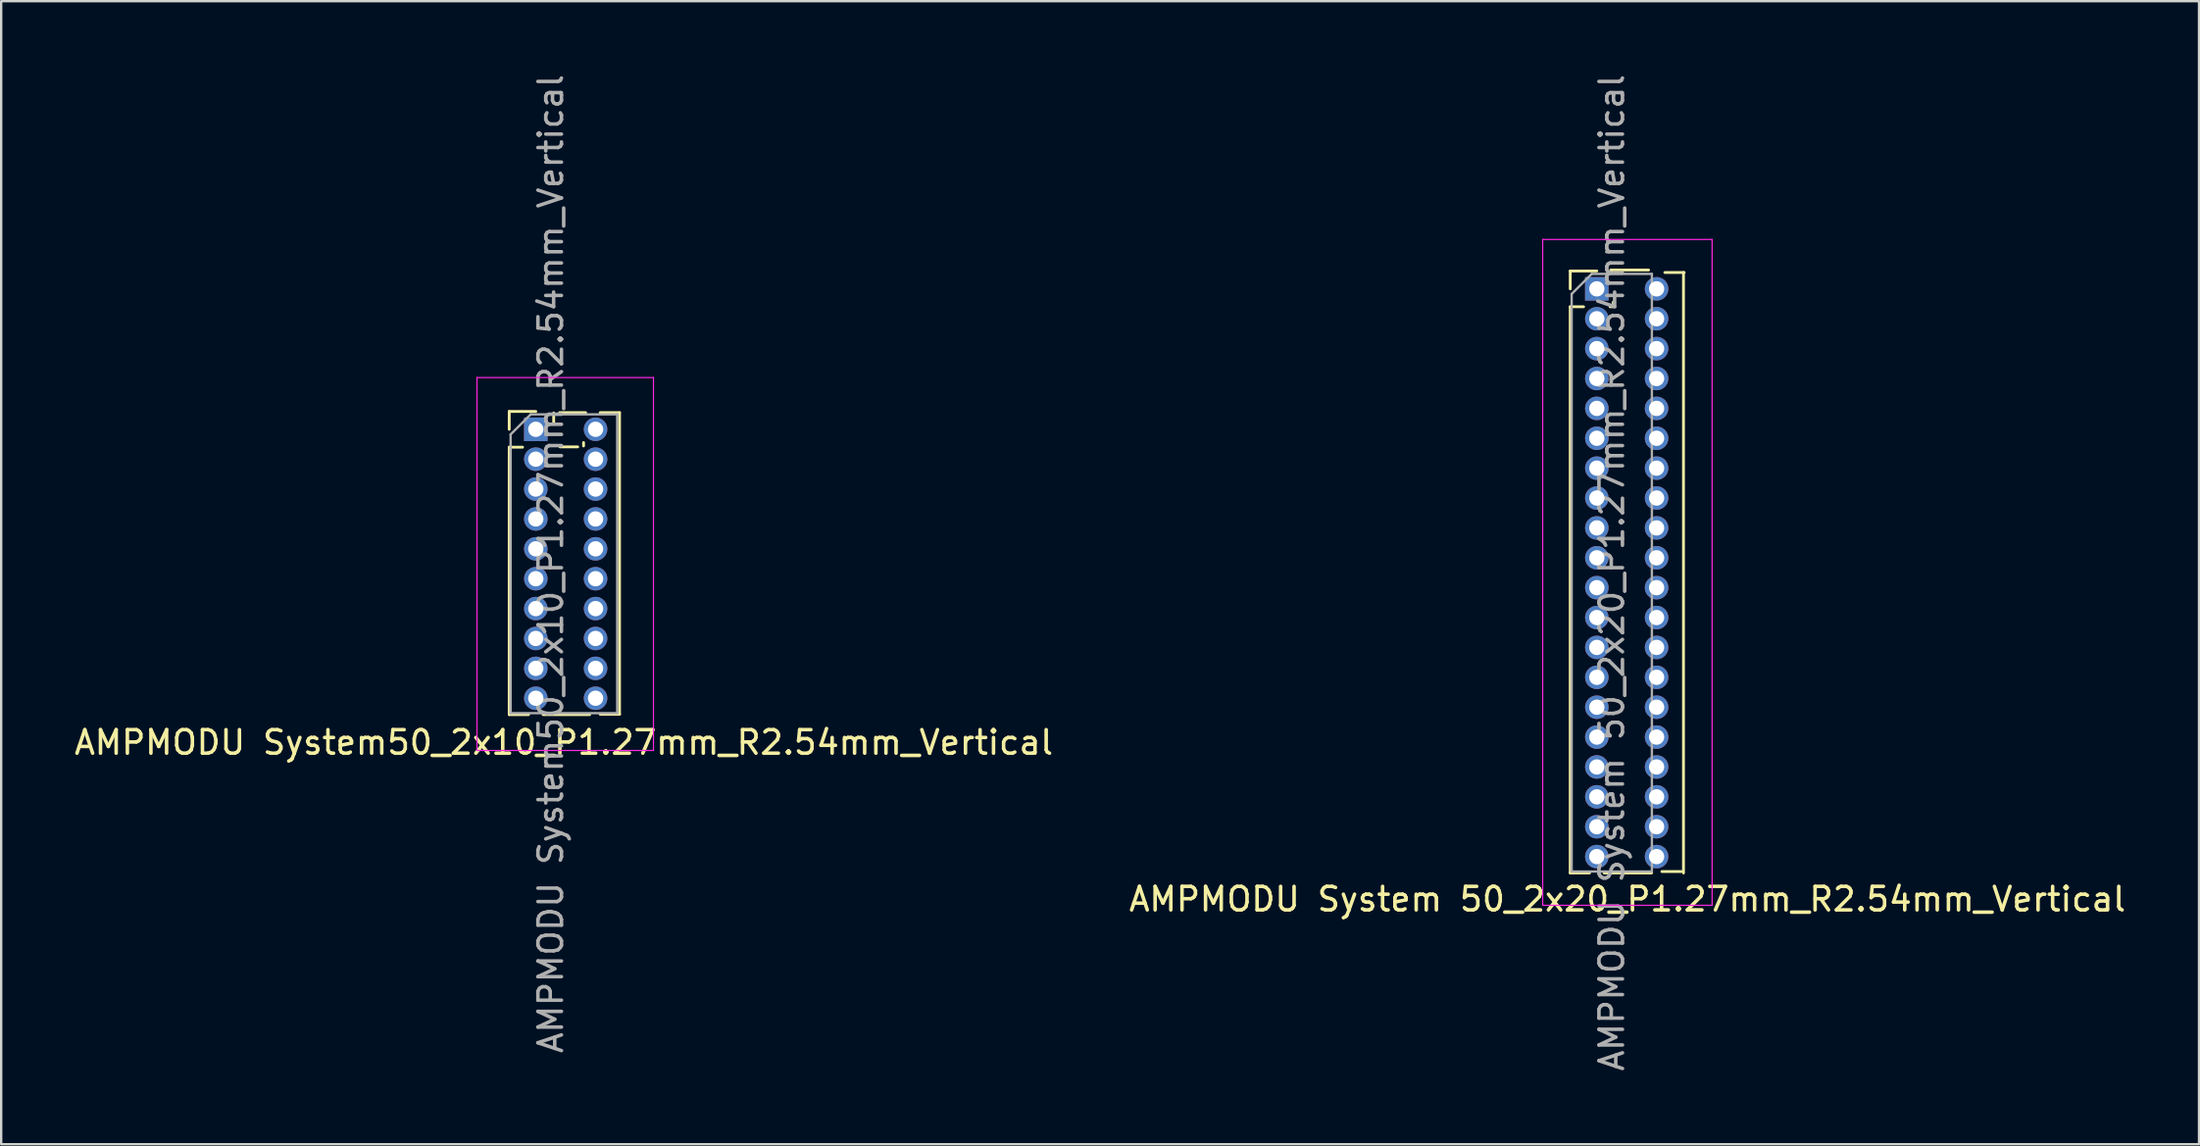
<source format=kicad_pcb>
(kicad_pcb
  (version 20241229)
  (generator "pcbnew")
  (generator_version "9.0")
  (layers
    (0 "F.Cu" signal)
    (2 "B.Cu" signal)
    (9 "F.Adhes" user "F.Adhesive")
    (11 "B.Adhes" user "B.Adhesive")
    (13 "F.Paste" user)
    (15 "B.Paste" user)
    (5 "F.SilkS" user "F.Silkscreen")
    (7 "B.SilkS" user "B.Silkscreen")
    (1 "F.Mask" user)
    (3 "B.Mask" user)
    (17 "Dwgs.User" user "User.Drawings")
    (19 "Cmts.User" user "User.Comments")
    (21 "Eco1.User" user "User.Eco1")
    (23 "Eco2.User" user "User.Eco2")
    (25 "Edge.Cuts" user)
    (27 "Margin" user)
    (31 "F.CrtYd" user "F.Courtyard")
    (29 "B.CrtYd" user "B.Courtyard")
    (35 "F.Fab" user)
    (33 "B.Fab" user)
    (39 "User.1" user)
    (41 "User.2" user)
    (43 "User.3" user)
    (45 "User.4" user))
  (footprint "AMPMODU System50_2x10_P1.27mm_R2.54mm_Vertical"
    (layer "F.Cu")
    (at 19.721 15.196)
    (property "Reference" "AMPMODU System50_2x10_P1.27mm_R2.54mm_Vertical" (at 1.19 13.31 180) (layer "F.SilkS") (effects (font (size 1 1) (thickness 0.15))))
    (attr through_hole exclude_from_bom dnp)
    (fp_line (start -1.13 -0.76) (end 0 -0.76) (stroke (width 0.12) (type solid)) (layer "F.SilkS"))
    (fp_line (start -1.13 0) (end -1.13 -0.76) (stroke (width 0.12) (type solid)) (layer "F.SilkS"))
    (fp_line (start -1.13 0.76) (end -1.13 12.125) (stroke (width 0.12) (type solid)) (layer "F.SilkS"))
    (fp_line (start -1.13 0.76) (end -0.563 0.76) (stroke (width 0.12) (type solid)) (layer "F.SilkS"))
    (fp_line (start -1.13 12.125) (end -0.308 12.125) (stroke (width 0.12) (type solid)) (layer "F.SilkS"))
    (fp_line (start 0.308 12.125) (end 2.29 12.125) (stroke (width 0.12) (type solid)) (layer "F.SilkS"))
    (fp_line (start 0.76 -0.28) (end 0.76 -0.695) (stroke (width 0.12) (type solid)) (layer "F.SilkS"))
    (fp_line (start 1.01 -0.708) (end 2.12 -0.708) (stroke (width 0.12) (type solid)) (layer "F.SilkS"))
    (fp_line (start 1.03 0.747) (end 1.78 0.747) (stroke (width 0.12) (type solid)) (layer "F.SilkS"))
    (fp_line (start 2.03 0.707) (end 2.03 0.563) (stroke (width 0.12) (type solid)) (layer "F.SilkS"))
    (fp_line (start 2.735 -0.708) (end 3.558 -0.708) (stroke (width 0.12) (type solid)) (layer "F.SilkS"))
    (fp_line (start 2.735 12.112) (end 3.558 12.112) (stroke (width 0.12) (type solid)) (layer "F.SilkS"))
    (fp_line (start 3.558 -0.708) (end 3.558 12.112) (stroke (width 0.12) (type solid)) (layer "F.SilkS"))
    (fp_line (start -2.5 -2.2) (end -2.5 13.65) (stroke (width 0.05) (type solid)) (layer "F.CrtYd"))
    (fp_line (start -2.5 13.65) (end 5 13.65) (stroke (width 0.05) (type solid)) (layer "F.CrtYd"))
    (fp_line (start 5 -2.2) (end -2.5 -2.2) (stroke (width 0.05) (type solid)) (layer "F.CrtYd"))
    (fp_line (start 5 13.65) (end 5 -2.2) (stroke (width 0.05) (type solid)) (layer "F.CrtYd"))
    (fp_line (start -1.07 0.217) (end -0.217 -0.635) (stroke (width 0.1) (type solid)) (layer "F.Fab"))
    (fp_line (start -1.07 12.065) (end -1.07 0.217) (stroke (width 0.1) (type solid)) (layer "F.Fab"))
    (fp_line (start -0.217 -0.635) (end 3.45 -0.635) (stroke (width 0.1) (type solid)) (layer "F.Fab"))
    (fp_line (start 3.46 -0.635) (end 3.46 12.065) (stroke (width 0.1) (type solid)) (layer "F.Fab"))
    (fp_line (start 3.46 12.065) (end -1.07 12.065) (stroke (width 0.1) (type solid)) (layer "F.Fab"))
    (fp_text user "${REFERENCE}" (at 0.635 5.715 90) (layer "F.Fab") (effects (font (size 1 1) (thickness 0.15))))
    (pad "1" thru_hole rect (at 0 0) (size 1 1) (drill 0.65) (layers "*.Cu" "*.Mask"))
    (pad "2" thru_hole oval (at 2.54 0) (size 1 1) (drill 0.65) (layers "*.Cu" "*.Mask"))
    (pad "3" thru_hole oval (at 0 1.27) (size 1 1) (drill 0.65) (layers "*.Cu" "*.Mask"))
    (pad "4" thru_hole oval (at 2.54 1.27) (size 1 1) (drill 0.65) (layers "*.Cu" "*.Mask"))
    (pad "5" thru_hole oval (at 0 2.54) (size 1 1) (drill 0.65) (layers "*.Cu" "*.Mask"))
    (pad "6" thru_hole oval (at 2.54 2.54) (size 1 1) (drill 0.65) (layers "*.Cu" "*.Mask"))
    (pad "7" thru_hole oval (at 0 3.81) (size 1 1) (drill 0.65) (layers "*.Cu" "*.Mask"))
    (pad "8" thru_hole oval (at 2.54 3.81) (size 1 1) (drill 0.65) (layers "*.Cu" "*.Mask"))
    (pad "9" thru_hole oval (at 0 5.08) (size 1 1) (drill 0.65) (layers "*.Cu" "*.Mask"))
    (pad "10" thru_hole oval (at 2.54 5.08) (size 1 1) (drill 0.65) (layers "*.Cu" "*.Mask"))
    (pad "11" thru_hole oval (at 0 6.35) (size 1 1) (drill 0.65) (layers "*.Cu" "*.Mask"))
    (pad "12" thru_hole oval (at 2.54 6.35) (size 1 1) (drill 0.65) (layers "*.Cu" "*.Mask"))
    (pad "13" thru_hole oval (at 0 7.62) (size 1 1) (drill 0.65) (layers "*.Cu" "*.Mask"))
    (pad "14" thru_hole oval (at 2.54 7.62) (size 1 1) (drill 0.65) (layers "*.Cu" "*.Mask"))
    (pad "15" thru_hole oval (at 0 8.89) (size 1 1) (drill 0.65) (layers "*.Cu" "*.Mask"))
    (pad "16" thru_hole oval (at 2.54 8.89) (size 1 1) (drill 0.65) (layers "*.Cu" "*.Mask"))
    (pad "17" thru_hole oval (at 0 10.16) (size 1 1) (drill 0.65) (layers "*.Cu" "*.Mask"))
    (pad "18" thru_hole oval (at 2.54 10.16) (size 1 1) (drill 0.65) (layers "*.Cu" "*.Mask"))
    (pad "19" thru_hole oval (at 0 11.43) (size 1 1) (drill 0.65) (layers "*.Cu" "*.Mask"))
    (pad "20" thru_hole oval (at 2.54 11.43) (size 1 1) (drill 0.65) (layers "*.Cu" "*.Mask")))
  (footprint "AMPMODU System 50_2x20_P1.27mm_R2.54mm_Vertical"
    (layer "F.Cu")
    (at 64.813 9.227)
    (property "Reference" "AMPMODU System 50_2x20_P1.27mm_R2.54mm_Vertical" (at 1.3 25.94 180) (layer "F.SilkS") (effects (font (size 1 1) (thickness 0.15))))
    (attr through_hole exclude_from_bom dnp)
    (fp_line (start -1.13 -0.76) (end 0 -0.76) (stroke (width 0.12) (type solid)) (layer "F.SilkS"))
    (fp_line (start -1.13 0) (end -1.13 -0.76) (stroke (width 0.12) (type solid)) (layer "F.SilkS"))
    (fp_line (start -1.13 0.76) (end -1.13 24.825) (stroke (width 0.12) (type solid)) (layer "F.SilkS"))
    (fp_line (start -1.13 0.76) (end -0.563 0.76) (stroke (width 0.12) (type solid)) (layer "F.SilkS"))
    (fp_line (start -1.13 24.825) (end -0.308 24.825) (stroke (width 0.12) (type solid)) (layer "F.SilkS"))
    (fp_line (start 0.308 24.825) (end 2.33 24.825) (stroke (width 0.12) (type solid)) (layer "F.SilkS"))
    (fp_line (start 0.563 0.76) (end 0.707 0.76) (stroke (width 0.12) (type solid)) (layer "F.SilkS"))
    (fp_line (start 0.599 -0.8) (end 2.2 -0.8) (stroke (width 0.12) (type solid)) (layer "F.SilkS"))
    (fp_line (start 0.599 -0.668) (end 0.599 -0.8) (stroke (width 0.12) (type solid)) (layer "F.SilkS"))
    (fp_line (start 0.7 0.707) (end 0.7 0.563) (stroke (width 0.12) (type solid)) (layer "F.SilkS"))
    (fp_line (start 2.764 24.765) (end 3.586 24.765) (stroke (width 0.12) (type solid)) (layer "F.SilkS"))
    (fp_line (start 2.891 -0.695) (end 3.713 -0.695) (stroke (width 0.12) (type solid)) (layer "F.SilkS"))
    (fp_line (start 3.683 -0.695) (end 3.683 24.825) (stroke (width 0.12) (type solid)) (layer "F.SilkS"))
    (fp_line (start -2.3 -2.1) (end -2.3 26.2) (stroke (width 0.05) (type solid)) (layer "F.CrtYd"))
    (fp_line (start -2.3 26.2) (end 4.9 26.2) (stroke (width 0.05) (type solid)) (layer "F.CrtYd"))
    (fp_line (start 4.9 -2.1) (end -2.3 -2.1) (stroke (width 0.05) (type solid)) (layer "F.CrtYd"))
    (fp_line (start 4.9 26.2) (end 4.9 -2.1) (stroke (width 0.05) (type solid)) (layer "F.CrtYd"))
    (fp_line (start -1.07 0.217) (end -0.217 -0.635) (stroke (width 0.1) (type solid)) (layer "F.Fab"))
    (fp_line (start -1.07 24.765) (end -1.07 0.217) (stroke (width 0.1) (type solid)) (layer "F.Fab"))
    (fp_line (start -0.217 -0.635) (end 2.34 -0.635) (stroke (width 0.1) (type solid)) (layer "F.Fab"))
    (fp_line (start 2.34 -0.635) (end 2.34 24.765) (stroke (width 0.1) (type solid)) (layer "F.Fab"))
    (fp_line (start 2.34 24.765) (end -1.07 24.765) (stroke (width 0.1) (type solid)) (layer "F.Fab"))
    (fp_text user "${REFERENCE}" (at 0.635 12.065 90) (layer "F.Fab") (effects (font (size 1 1) (thickness 0.15))))
    (pad "1" thru_hole rect (at 0 0) (size 1 1) (drill 0.65) (layers "*.Cu" "*.Mask"))
    (pad "2" thru_hole oval (at 2.54 0) (size 1 1) (drill 0.65) (layers "*.Cu" "*.Mask"))
    (pad "3" thru_hole oval (at 0 1.27) (size 1 1) (drill 0.65) (layers "*.Cu" "*.Mask"))
    (pad "4" thru_hole oval (at 2.54 1.27) (size 1 1) (drill 0.65) (layers "*.Cu" "*.Mask"))
    (pad "5" thru_hole oval (at 0 2.54) (size 1 1) (drill 0.65) (layers "*.Cu" "*.Mask"))
    (pad "6" thru_hole oval (at 2.54 2.54) (size 1 1) (drill 0.65) (layers "*.Cu" "*.Mask"))
    (pad "7" thru_hole oval (at 0 3.81) (size 1 1) (drill 0.65) (layers "*.Cu" "*.Mask"))
    (pad "8" thru_hole oval (at 2.54 3.81) (size 1 1) (drill 0.65) (layers "*.Cu" "*.Mask"))
    (pad "9" thru_hole oval (at 0 5.08) (size 1 1) (drill 0.65) (layers "*.Cu" "*.Mask"))
    (pad "10" thru_hole oval (at 2.54 5.08) (size 1 1) (drill 0.65) (layers "*.Cu" "*.Mask"))
    (pad "11" thru_hole oval (at 0 6.35) (size 1 1) (drill 0.65) (layers "*.Cu" "*.Mask"))
    (pad "12" thru_hole oval (at 2.54 6.35) (size 1 1) (drill 0.65) (layers "*.Cu" "*.Mask"))
    (pad "13" thru_hole oval (at 0 7.62) (size 1 1) (drill 0.65) (layers "*.Cu" "*.Mask"))
    (pad "14" thru_hole oval (at 2.54 7.62) (size 1 1) (drill 0.65) (layers "*.Cu" "*.Mask"))
    (pad "15" thru_hole oval (at 0 8.89) (size 1 1) (drill 0.65) (layers "*.Cu" "*.Mask"))
    (pad "16" thru_hole oval (at 2.54 8.89) (size 1 1) (drill 0.65) (layers "*.Cu" "*.Mask"))
    (pad "17" thru_hole oval (at 0 10.16) (size 1 1) (drill 0.65) (layers "*.Cu" "*.Mask"))
    (pad "18" thru_hole oval (at 2.54 10.16) (size 1 1) (drill 0.65) (layers "*.Cu" "*.Mask"))
    (pad "19" thru_hole oval (at 0 11.43) (size 1 1) (drill 0.65) (layers "*.Cu" "*.Mask"))
    (pad "20" thru_hole oval (at 2.54 11.43) (size 1 1) (drill 0.65) (layers "*.Cu" "*.Mask"))
    (pad "21" thru_hole oval (at 0 12.7) (size 1 1) (drill 0.65) (layers "*.Cu" "*.Mask"))
    (pad "22" thru_hole oval (at 2.54 12.7) (size 1 1) (drill 0.65) (layers "*.Cu" "*.Mask"))
    (pad "23" thru_hole oval (at 0 13.97) (size 1 1) (drill 0.65) (layers "*.Cu" "*.Mask"))
    (pad "24" thru_hole oval (at 2.54 13.97) (size 1 1) (drill 0.65) (layers "*.Cu" "*.Mask"))
    (pad "25" thru_hole oval (at 0 15.24) (size 1 1) (drill 0.65) (layers "*.Cu" "*.Mask"))
    (pad "26" thru_hole oval (at 2.54 15.24) (size 1 1) (drill 0.65) (layers "*.Cu" "*.Mask"))
    (pad "27" thru_hole oval (at 0 16.51) (size 1 1) (drill 0.65) (layers "*.Cu" "*.Mask"))
    (pad "28" thru_hole oval (at 2.54 16.51) (size 1 1) (drill 0.65) (layers "*.Cu" "*.Mask"))
    (pad "29" thru_hole oval (at 0 17.78) (size 1 1) (drill 0.65) (layers "*.Cu" "*.Mask"))
    (pad "30" thru_hole oval (at 2.54 17.78) (size 1 1) (drill 0.65) (layers "*.Cu" "*.Mask"))
    (pad "31" thru_hole oval (at 0 19.05) (size 1 1) (drill 0.65) (layers "*.Cu" "*.Mask"))
    (pad "32" thru_hole oval (at 2.54 19.05) (size 1 1) (drill 0.65) (layers "*.Cu" "*.Mask"))
    (pad "33" thru_hole oval (at 0 20.32) (size 1 1) (drill 0.65) (layers "*.Cu" "*.Mask"))
    (pad "34" thru_hole oval (at 2.54 20.32) (size 1 1) (drill 0.65) (layers "*.Cu" "*.Mask"))
    (pad "35" thru_hole oval (at 0 21.59) (size 1 1) (drill 0.65) (layers "*.Cu" "*.Mask"))
    (pad "36" thru_hole oval (at 2.54 21.59) (size 1 1) (drill 0.65) (layers "*.Cu" "*.Mask"))
    (pad "37" thru_hole oval (at 0 22.86) (size 1 1) (drill 0.65) (layers "*.Cu" "*.Mask"))
    (pad "38" thru_hole oval (at 2.54 22.86) (size 1 1) (drill 0.65) (layers "*.Cu" "*.Mask"))
    (pad "39" thru_hole oval (at 0 24.13) (size 1 1) (drill 0.65) (layers "*.Cu" "*.Mask"))
    (pad "40" thru_hole oval (at 2.54 24.13) (size 1 1) (drill 0.65) (layers "*.Cu" "*.Mask")))
  (gr_rect
    (start -3 -3)
    (end 90.405 45.583)
    (stroke (width 0.1) (type default))
    (fill no)
    (layer "Edge.Cuts")))
</source>
